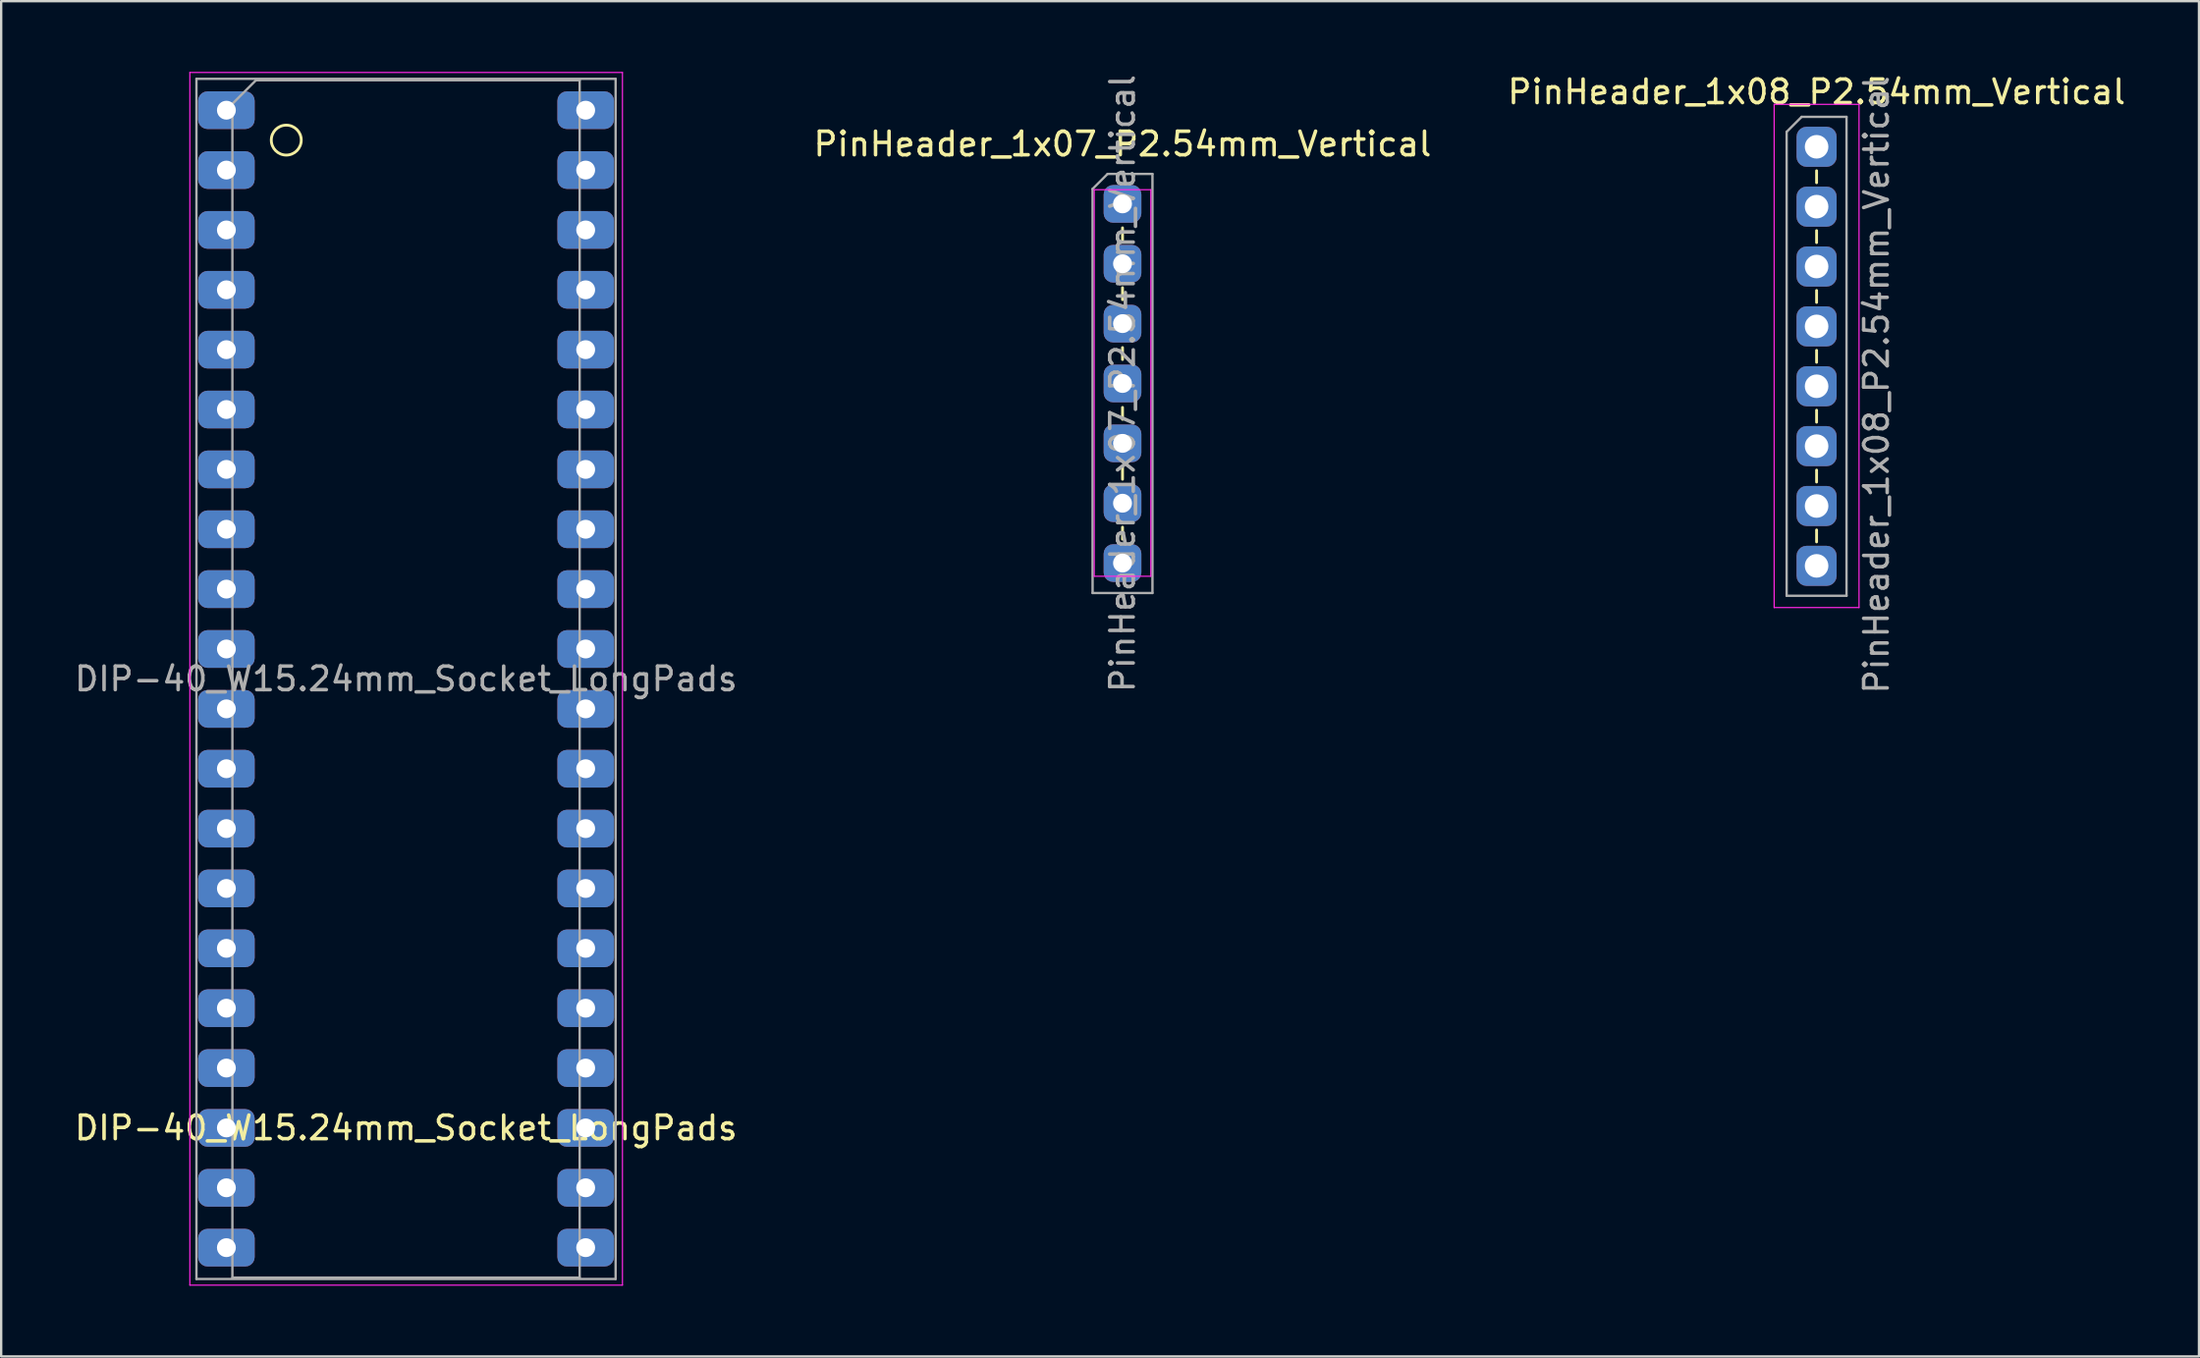
<source format=kicad_pcb>
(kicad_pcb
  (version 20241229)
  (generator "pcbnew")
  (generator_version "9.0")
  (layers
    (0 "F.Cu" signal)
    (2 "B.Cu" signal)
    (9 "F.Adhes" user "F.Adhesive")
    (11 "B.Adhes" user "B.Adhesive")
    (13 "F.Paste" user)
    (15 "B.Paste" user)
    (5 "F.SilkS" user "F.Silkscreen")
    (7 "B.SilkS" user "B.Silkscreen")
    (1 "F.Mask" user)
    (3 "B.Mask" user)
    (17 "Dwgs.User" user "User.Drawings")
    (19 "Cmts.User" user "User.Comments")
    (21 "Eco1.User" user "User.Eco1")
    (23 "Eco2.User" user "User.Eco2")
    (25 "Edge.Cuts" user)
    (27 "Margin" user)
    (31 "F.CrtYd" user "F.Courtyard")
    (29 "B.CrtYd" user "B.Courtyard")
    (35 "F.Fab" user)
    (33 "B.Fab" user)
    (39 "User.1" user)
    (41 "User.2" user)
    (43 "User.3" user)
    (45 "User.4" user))
  (footprint "DIP-40_W15.24mm_Socket_LongPads"
    (layer "F.Cu")
    (at 6.553 1.625)
    (property "Reference" "DIP-40_W15.24mm_Socket_LongPads" (at 7.62 43.18 0) (layer "F.SilkS") (effects (font (size 1 1) (thickness 0.15))))
    (attr through_hole)
    (fp_circle (center 2.54 1.27) (end 3.175 1.27) (stroke (width 0.12) (type solid)) (fill no) (layer "F.SilkS"))
    (fp_line (start -1.55 -1.6) (end -1.55 49.85) (stroke (width 0.05) (type solid)) (layer "F.CrtYd"))
    (fp_line (start -1.55 49.85) (end 16.8 49.85) (stroke (width 0.05) (type solid)) (layer "F.CrtYd"))
    (fp_line (start 16.8 -1.6) (end -1.55 -1.6) (stroke (width 0.05) (type solid)) (layer "F.CrtYd"))
    (fp_line (start 16.8 49.85) (end 16.8 -1.6) (stroke (width 0.05) (type solid)) (layer "F.CrtYd"))
    (fp_line (start -1.27 -1.33) (end -1.27 49.59) (stroke (width 0.1) (type solid)) (layer "F.Fab"))
    (fp_line (start -1.27 49.59) (end 16.51 49.59) (stroke (width 0.1) (type solid)) (layer "F.Fab"))
    (fp_line (start 0.255 -0.27) (end 1.255 -1.27) (stroke (width 0.1) (type solid)) (layer "F.Fab"))
    (fp_line (start 0.255 49.53) (end 0.255 -0.27) (stroke (width 0.1) (type solid)) (layer "F.Fab"))
    (fp_line (start 1.255 -1.27) (end 14.985 -1.27) (stroke (width 0.1) (type solid)) (layer "F.Fab"))
    (fp_line (start 14.985 -1.27) (end 14.985 49.53) (stroke (width 0.1) (type solid)) (layer "F.Fab"))
    (fp_line (start 14.985 49.53) (end 0.255 49.53) (stroke (width 0.1) (type solid)) (layer "F.Fab"))
    (fp_line (start 16.51 -1.33) (end -1.27 -1.33) (stroke (width 0.1) (type solid)) (layer "F.Fab"))
    (fp_line (start 16.51 49.59) (end 16.51 -1.33) (stroke (width 0.1) (type solid)) (layer "F.Fab"))
    (fp_text user "${REFERENCE}" (at 7.62 24.13 0) (layer "F.Fab") (effects (font (size 1 1) (thickness 0.15))))
    (pad "1" thru_hole roundrect (at 0 0) (size 2.4 1.6) (drill 0.8) (layers "*.Cu" "*.Mask") (roundrect_rratio 0.25))
    (pad "2" thru_hole roundrect (at 0 2.54) (size 2.4 1.6) (drill 0.8) (layers "*.Cu" "*.Mask") (roundrect_rratio 0.25))
    (pad "3" thru_hole roundrect (at 0 5.08) (size 2.4 1.6) (drill 0.8) (layers "*.Cu" "*.Mask") (roundrect_rratio 0.25))
    (pad "4" thru_hole roundrect (at 0 7.62) (size 2.4 1.6) (drill 0.8) (layers "*.Cu" "*.Mask") (roundrect_rratio 0.25))
    (pad "5" thru_hole roundrect (at 0 10.16) (size 2.4 1.6) (drill 0.8) (layers "*.Cu" "*.Mask") (roundrect_rratio 0.25))
    (pad "6" thru_hole roundrect (at 0 12.7) (size 2.4 1.6) (drill 0.8) (layers "*.Cu" "*.Mask") (roundrect_rratio 0.25))
    (pad "7" thru_hole roundrect (at 0 15.24) (size 2.4 1.6) (drill 0.8) (layers "*.Cu" "*.Mask") (roundrect_rratio 0.25))
    (pad "8" thru_hole roundrect (at 0 17.78) (size 2.4 1.6) (drill 0.8) (layers "*.Cu" "*.Mask") (roundrect_rratio 0.25))
    (pad "9" thru_hole roundrect (at 0 20.32) (size 2.4 1.6) (drill 0.8) (layers "*.Cu" "*.Mask") (roundrect_rratio 0.25))
    (pad "10" thru_hole roundrect (at 0 22.86) (size 2.4 1.6) (drill 0.8) (layers "*.Cu" "*.Mask") (roundrect_rratio 0.25))
    (pad "11" thru_hole roundrect (at 0 25.4) (size 2.4 1.6) (drill 0.8) (layers "*.Cu" "*.Mask") (roundrect_rratio 0.25))
    (pad "12" thru_hole roundrect (at 0 27.94) (size 2.4 1.6) (drill 0.8) (layers "*.Cu" "*.Mask") (roundrect_rratio 0.25))
    (pad "13" thru_hole roundrect (at 0 30.48) (size 2.4 1.6) (drill 0.8) (layers "*.Cu" "*.Mask") (roundrect_rratio 0.25))
    (pad "14" thru_hole roundrect (at 0 33.02) (size 2.4 1.6) (drill 0.8) (layers "*.Cu" "*.Mask") (roundrect_rratio 0.25))
    (pad "15" thru_hole roundrect (at 0 35.56) (size 2.4 1.6) (drill 0.8) (layers "*.Cu" "*.Mask") (roundrect_rratio 0.25))
    (pad "16" thru_hole roundrect (at 0 38.1) (size 2.4 1.6) (drill 0.8) (layers "*.Cu" "*.Mask") (roundrect_rratio 0.25))
    (pad "17" thru_hole roundrect (at 0 40.64) (size 2.4 1.6) (drill 0.8) (layers "*.Cu" "*.Mask") (roundrect_rratio 0.25))
    (pad "18" thru_hole roundrect (at 0 43.18) (size 2.4 1.6) (drill 0.8) (layers "*.Cu" "*.Mask") (roundrect_rratio 0.25))
    (pad "19" thru_hole roundrect (at 0 45.72) (size 2.4 1.6) (drill 0.8) (layers "*.Cu" "*.Mask") (roundrect_rratio 0.25))
    (pad "20" thru_hole roundrect (at 0 48.26) (size 2.4 1.6) (drill 0.8) (layers "*.Cu" "*.Mask") (roundrect_rratio 0.25))
    (pad "21" thru_hole roundrect (at 15.24 48.26) (size 2.4 1.6) (drill 0.8) (layers "*.Cu" "*.Mask") (roundrect_rratio 0.25))
    (pad "22" thru_hole roundrect (at 15.24 45.72) (size 2.4 1.6) (drill 0.8) (layers "*.Cu" "*.Mask") (roundrect_rratio 0.25))
    (pad "23" thru_hole roundrect (at 15.24 43.18) (size 2.4 1.6) (drill 0.8) (layers "*.Cu" "*.Mask") (roundrect_rratio 0.25))
    (pad "24" thru_hole roundrect (at 15.24 40.64) (size 2.4 1.6) (drill 0.8) (layers "*.Cu" "*.Mask") (roundrect_rratio 0.25))
    (pad "25" thru_hole roundrect (at 15.24 38.1) (size 2.4 1.6) (drill 0.8) (layers "*.Cu" "*.Mask") (roundrect_rratio 0.25))
    (pad "26" thru_hole roundrect (at 15.24 35.56) (size 2.4 1.6) (drill 0.8) (layers "*.Cu" "*.Mask") (roundrect_rratio 0.25))
    (pad "27" thru_hole roundrect (at 15.24 33.02) (size 2.4 1.6) (drill 0.8) (layers "*.Cu" "*.Mask") (roundrect_rratio 0.25))
    (pad "28" thru_hole roundrect (at 15.24 30.48) (size 2.4 1.6) (drill 0.8) (layers "*.Cu" "*.Mask") (roundrect_rratio 0.25))
    (pad "29" thru_hole roundrect (at 15.24 27.94) (size 2.4 1.6) (drill 0.8) (layers "*.Cu" "*.Mask") (roundrect_rratio 0.25))
    (pad "30" thru_hole roundrect (at 15.24 25.4) (size 2.4 1.6) (drill 0.8) (layers "*.Cu" "*.Mask") (roundrect_rratio 0.25))
    (pad "31" thru_hole roundrect (at 15.24 22.86) (size 2.4 1.6) (drill 0.8) (layers "*.Cu" "*.Mask") (roundrect_rratio 0.25))
    (pad "32" thru_hole roundrect (at 15.24 20.32) (size 2.4 1.6) (drill 0.8) (layers "*.Cu" "*.Mask") (roundrect_rratio 0.25))
    (pad "33" thru_hole roundrect (at 15.24 17.78) (size 2.4 1.6) (drill 0.8) (layers "*.Cu" "*.Mask") (roundrect_rratio 0.25))
    (pad "34" thru_hole roundrect (at 15.24 15.24) (size 2.4 1.6) (drill 0.8) (layers "*.Cu" "*.Mask") (roundrect_rratio 0.25))
    (pad "35" thru_hole roundrect (at 15.24 12.7) (size 2.4 1.6) (drill 0.8) (layers "*.Cu" "*.Mask") (roundrect_rratio 0.25))
    (pad "36" thru_hole roundrect (at 15.24 10.16) (size 2.4 1.6) (drill 0.8) (layers "*.Cu" "*.Mask") (roundrect_rratio 0.25))
    (pad "37" thru_hole roundrect (at 15.24 7.62) (size 2.4 1.6) (drill 0.8) (layers "*.Cu" "*.Mask") (roundrect_rratio 0.25))
    (pad "38" thru_hole roundrect (at 15.24 5.08) (size 2.4 1.6) (drill 0.8) (layers "*.Cu" "*.Mask") (roundrect_rratio 0.25))
    (pad "39" thru_hole roundrect (at 15.24 2.54) (size 2.4 1.6) (drill 0.8) (layers "*.Cu" "*.Mask") (roundrect_rratio 0.25))
    (pad "40" thru_hole roundrect (at 15.24 0) (size 2.4 1.6) (drill 0.8) (layers "*.Cu" "*.Mask") (roundrect_rratio 0.25)))
  (footprint "PinHeader_1x07_P2.54mm_Vertical"
    (layer "F.Cu")
    (at 44.565 5.6)
    (property "Reference" "PinHeader_1x07_P2.54mm_Vertical" (at 0 -2.54 180) (layer "F.SilkS") (effects (font (size 1 1) (thickness 0.15))))
    (attr through_hole)
    (fp_line (start 0 1.524) (end 0 1.016) (stroke (width 0.12) (type solid)) (layer "F.SilkS"))
    (fp_line (start 0 4.064) (end 0 3.556) (stroke (width 0.12) (type solid)) (layer "F.SilkS"))
    (fp_line (start 0 6.604) (end 0 6.096) (stroke (width 0.12) (type solid)) (layer "F.SilkS"))
    (fp_line (start 0 9.144) (end 0 8.636) (stroke (width 0.12) (type solid)) (layer "F.SilkS"))
    (fp_line (start 0 11.684) (end 0 11.176) (stroke (width 0.12) (type solid)) (layer "F.SilkS"))
    (fp_line (start 0 14.224) (end 0 13.716) (stroke (width 0.12) (type solid)) (layer "F.SilkS"))
    (fp_line (start -1.2 -0.6) (end -1.2 15.8) (stroke (width 0.05) (type solid)) (layer "F.CrtYd"))
    (fp_line (start -1.2 15.8) (end 1.2 15.8) (stroke (width 0.05) (type solid)) (layer "F.CrtYd"))
    (fp_line (start 1.2 -0.6) (end -1.2 -0.6) (stroke (width 0.05) (type solid)) (layer "F.CrtYd"))
    (fp_line (start 1.2 15.8) (end 1.2 -0.6) (stroke (width 0.05) (type solid)) (layer "F.CrtYd"))
    (fp_line (start -1.27 -0.635) (end -0.635 -1.27) (stroke (width 0.1) (type solid)) (layer "F.Fab"))
    (fp_line (start -1.27 16.51) (end -1.27 -0.635) (stroke (width 0.1) (type solid)) (layer "F.Fab"))
    (fp_line (start -0.635 -1.27) (end 1.27 -1.27) (stroke (width 0.1) (type solid)) (layer "F.Fab"))
    (fp_line (start 1.27 -1.27) (end 1.27 16.51) (stroke (width 0.1) (type solid)) (layer "F.Fab"))
    (fp_line (start 1.27 16.51) (end -1.27 16.51) (stroke (width 0.1) (type solid)) (layer "F.Fab"))
    (fp_text user "${REFERENCE}" (at 0 7.62 90) (layer "F.Fab") (effects (font (size 1 1) (thickness 0.15))))
    (pad "1" thru_hole roundrect (at 0 0) (size 1.6 1.6) (drill 0.8) (layers "*.Cu" "*.Mask") (roundrect_rratio 0.25))
    (pad "2" thru_hole roundrect (at 0 2.54) (size 1.6 1.6) (drill 0.8) (layers "*.Cu" "*.Mask") (roundrect_rratio 0.25))
    (pad "3" thru_hole roundrect (at 0 5.08) (size 1.6 1.6) (drill 0.8) (layers "*.Cu" "*.Mask") (roundrect_rratio 0.25))
    (pad "4" thru_hole roundrect (at 0 7.62) (size 1.6 1.6) (drill 0.8) (layers "*.Cu" "*.Mask") (roundrect_rratio 0.25))
    (pad "5" thru_hole roundrect (at 0 10.16) (size 1.6 1.6) (drill 0.8) (layers "*.Cu" "*.Mask") (roundrect_rratio 0.25))
    (pad "6" thru_hole roundrect (at 0 12.7) (size 1.6 1.6) (drill 0.8) (layers "*.Cu" "*.Mask") (roundrect_rratio 0.25))
    (pad "7" thru_hole roundrect (at 0 15.24) (size 1.6 1.6) (drill 0.8) (layers "*.Cu" "*.Mask") (roundrect_rratio 0.25)))
  (footprint "PinHeader_1x08_P2.54mm_Vertical"
    (layer "F.Cu")
    (at 74.006 3.178)
    (property "Reference" "PinHeader_1x08_P2.54mm_Vertical" (at 0 -2.33 0) (layer "F.SilkS") (effects (font (size 1 1) (thickness 0.15))))
    (attr through_hole)
    (fp_line (start 0 1.524) (end 0 1.016) (stroke (width 0.12) (type solid)) (layer "F.SilkS"))
    (fp_line (start 0 4.064) (end 0 3.556) (stroke (width 0.12) (type solid)) (layer "F.SilkS"))
    (fp_line (start 0 6.604) (end 0 6.096) (stroke (width 0.12) (type solid)) (layer "F.SilkS"))
    (fp_line (start 0 9.144) (end 0 8.636) (stroke (width 0.12) (type solid)) (layer "F.SilkS"))
    (fp_line (start 0 11.684) (end 0 11.176) (stroke (width 0.12) (type solid)) (layer "F.SilkS"))
    (fp_line (start 0 14.224) (end 0 13.716) (stroke (width 0.12) (type solid)) (layer "F.SilkS"))
    (fp_line (start 0 16.764) (end 0 16.256) (stroke (width 0.12) (type solid)) (layer "F.SilkS"))
    (fp_line (start -1.8 -1.8) (end -1.8 19.55) (stroke (width 0.05) (type solid)) (layer "F.CrtYd"))
    (fp_line (start -1.8 19.55) (end 1.8 19.55) (stroke (width 0.05) (type solid)) (layer "F.CrtYd"))
    (fp_line (start 1.8 -1.8) (end -1.8 -1.8) (stroke (width 0.05) (type solid)) (layer "F.CrtYd"))
    (fp_line (start 1.8 19.55) (end 1.8 -1.8) (stroke (width 0.05) (type solid)) (layer "F.CrtYd"))
    (fp_line (start -1.27 -0.635) (end -0.635 -1.27) (stroke (width 0.1) (type solid)) (layer "F.Fab"))
    (fp_line (start -1.27 19.05) (end -1.27 -0.635) (stroke (width 0.1) (type solid)) (layer "F.Fab"))
    (fp_line (start -0.635 -1.27) (end 1.27 -1.27) (stroke (width 0.1) (type solid)) (layer "F.Fab"))
    (fp_line (start 1.27 -1.27) (end 1.27 19.05) (stroke (width 0.1) (type solid)) (layer "F.Fab"))
    (fp_line (start 1.27 19.05) (end -1.27 19.05) (stroke (width 0.1) (type solid)) (layer "F.Fab"))
    (fp_text user "${REFERENCE}" (at 2.54 10.1 90) (layer "F.Fab") (effects (font (size 1 1) (thickness 0.15))))
    (pad "1" thru_hole roundrect (at 0 0) (size 1.7 1.7) (drill 1) (layers "*.Cu" "*.Mask") (roundrect_rratio 0.25))
    (pad "2" thru_hole roundrect (at 0 2.54) (size 1.7 1.7) (drill 1) (layers "*.Cu" "*.Mask") (roundrect_rratio 0.25))
    (pad "3" thru_hole roundrect (at 0 5.08) (size 1.7 1.7) (drill 1) (layers "*.Cu" "*.Mask") (roundrect_rratio 0.25))
    (pad "4" thru_hole roundrect (at 0 7.62) (size 1.7 1.7) (drill 1) (layers "*.Cu" "*.Mask") (roundrect_rratio 0.25))
    (pad "5" thru_hole roundrect (at 0 10.16) (size 1.7 1.7) (drill 1) (layers "*.Cu" "*.Mask") (roundrect_rratio 0.25))
    (pad "6" thru_hole roundrect (at 0 12.7) (size 1.7 1.7) (drill 1) (layers "*.Cu" "*.Mask") (roundrect_rratio 0.25))
    (pad "7" thru_hole roundrect (at 0 15.24) (size 1.7 1.7) (drill 1) (layers "*.Cu" "*.Mask") (roundrect_rratio 0.25))
    (pad "8" thru_hole roundrect (at 0 17.78) (size 1.7 1.7) (drill 1) (layers "*.Cu" "*.Mask") (roundrect_rratio 0.25)))
  (gr_rect
    (start -3 -3)
    (end 90.226 54.5)
    (stroke (width 0.1) (type default))
    (fill no)
    (layer "Edge.Cuts")))
</source>
